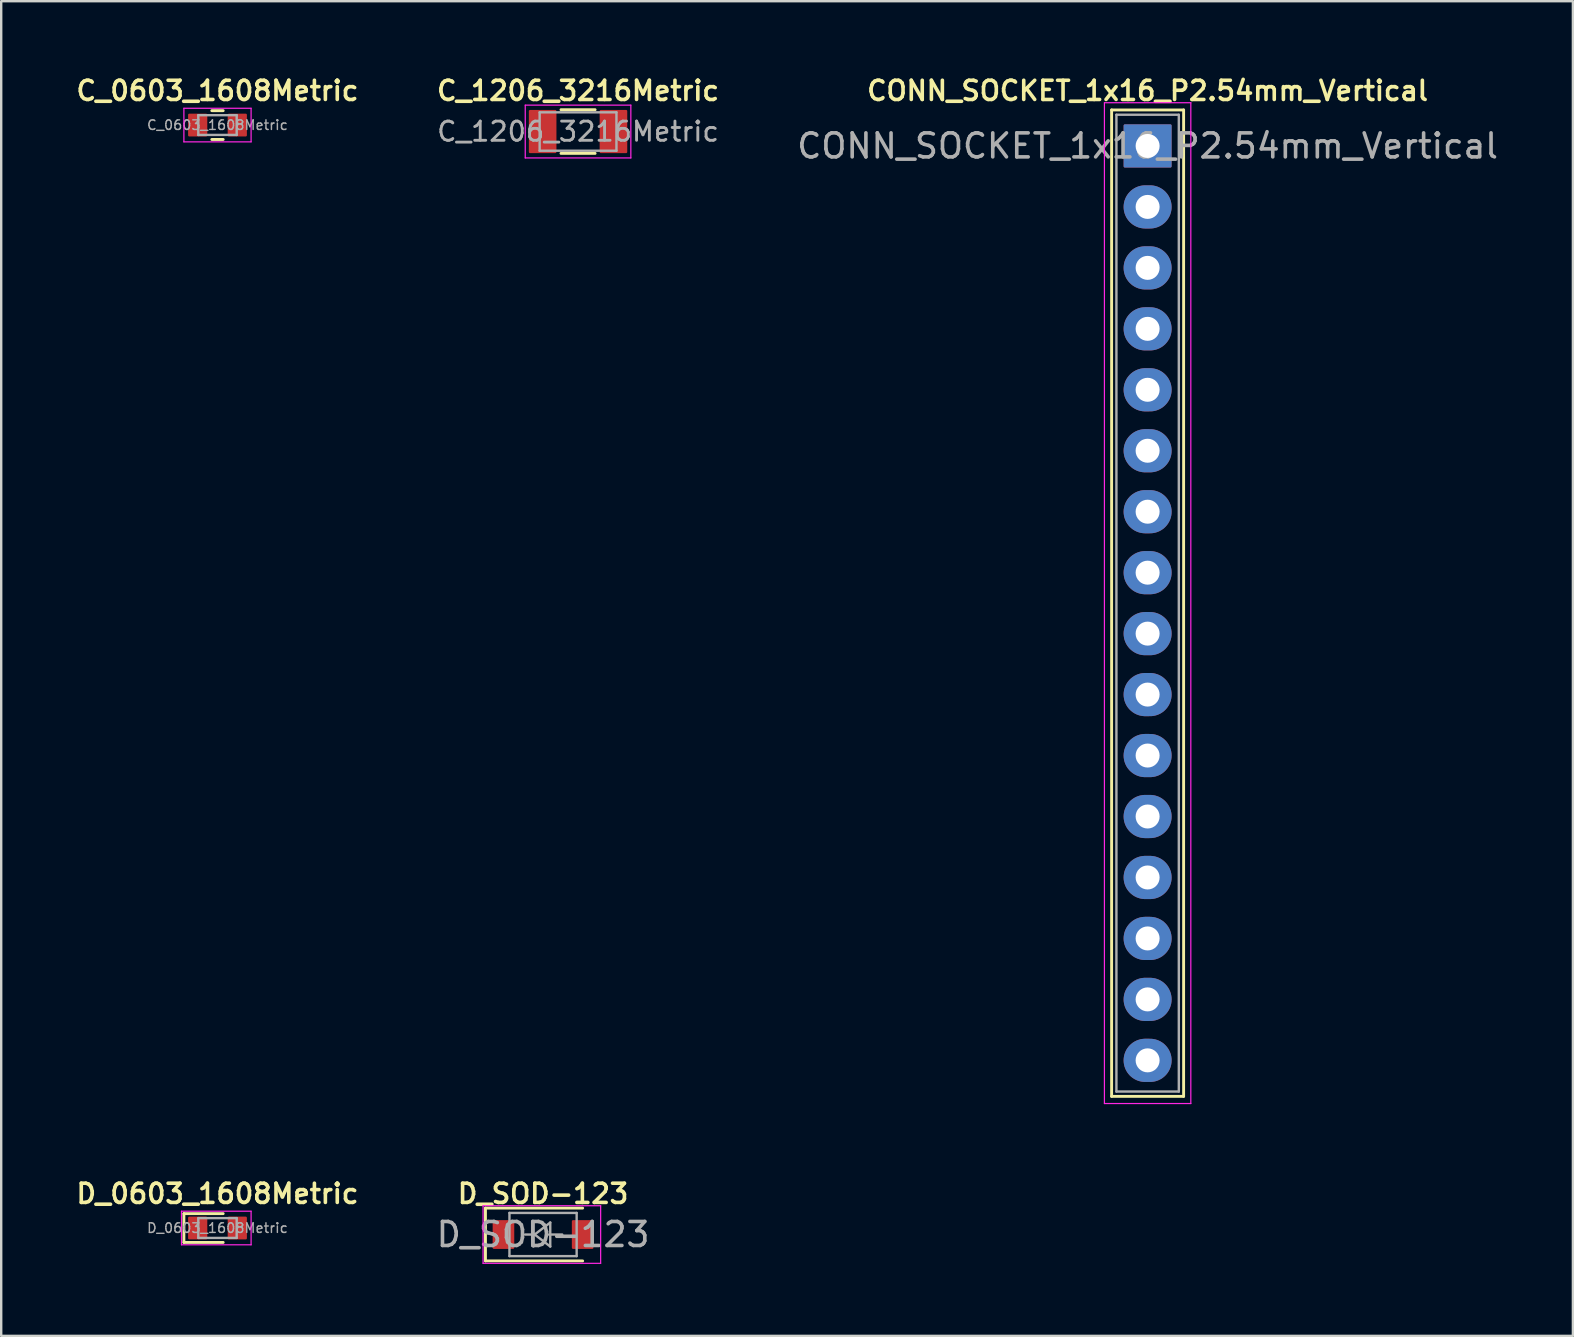
<source format=kicad_pcb>
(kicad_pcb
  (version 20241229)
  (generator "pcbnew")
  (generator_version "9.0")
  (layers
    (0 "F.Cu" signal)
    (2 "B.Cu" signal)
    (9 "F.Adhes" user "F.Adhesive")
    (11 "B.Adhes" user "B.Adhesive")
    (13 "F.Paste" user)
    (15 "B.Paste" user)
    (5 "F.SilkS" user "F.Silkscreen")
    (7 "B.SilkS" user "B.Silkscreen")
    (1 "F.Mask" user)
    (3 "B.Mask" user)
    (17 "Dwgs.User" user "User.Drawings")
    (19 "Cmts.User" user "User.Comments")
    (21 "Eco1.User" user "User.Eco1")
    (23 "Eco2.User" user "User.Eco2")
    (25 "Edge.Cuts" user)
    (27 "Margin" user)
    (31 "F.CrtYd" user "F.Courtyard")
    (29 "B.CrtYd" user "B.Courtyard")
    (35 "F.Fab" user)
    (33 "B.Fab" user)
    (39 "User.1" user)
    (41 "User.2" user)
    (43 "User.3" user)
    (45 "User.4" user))
  (footprint "C_1206_3216Metric"
    (layer "F.Cu")
    (at 21.035 2.431)
    (property "Reference" "C_1206_3216Metric" (at 0 -1.7 0) (layer "F.SilkS") (effects (font (size 0.8 0.8) (thickness 0.15))))
    (attr smd)
    (fp_line (start -0.711 -0.91) (end 0.711 -0.91) (stroke (width 0.12) (type solid)) (layer "F.SilkS"))
    (fp_line (start -0.711 0.91) (end 0.711 0.91) (stroke (width 0.12) (type solid)) (layer "F.SilkS"))
    (fp_line (start -2.2 -1.1) (end 2.2 -1.1) (stroke (width 0.05) (type solid)) (layer "F.CrtYd"))
    (fp_line (start -2.2 1.1) (end -2.2 -1.1) (stroke (width 0.05) (type solid)) (layer "F.CrtYd"))
    (fp_line (start 2.2 -1.1) (end 2.2 1.1) (stroke (width 0.05) (type solid)) (layer "F.CrtYd"))
    (fp_line (start 2.2 1.1) (end -2.2 1.1) (stroke (width 0.05) (type solid)) (layer "F.CrtYd"))
    (fp_line (start -1.6 -0.8) (end 1.6 -0.8) (stroke (width 0.1) (type solid)) (layer "F.Fab"))
    (fp_line (start -1.6 0.8) (end -1.6 -0.8) (stroke (width 0.1) (type solid)) (layer "F.Fab"))
    (fp_line (start 1.6 -0.8) (end 1.6 0.8) (stroke (width 0.1) (type solid)) (layer "F.Fab"))
    (fp_line (start 1.6 0.8) (end -1.6 0.8) (stroke (width 0.1) (type solid)) (layer "F.Fab"))
    (fp_text user "${REFERENCE}" (at 0 0 0) (layer "F.Fab") (effects (font (size 0.8 0.8) (thickness 0.12))))
    (pad "1" smd roundrect (at -1.475 0) (size 1.15 1.8) (layers "F.Cu" "F.Mask" "F.Paste") (roundrect_rratio 0.043))
    (pad "2" smd roundrect (at 1.475 0) (size 1.15 1.8) (layers "F.Cu" "F.Mask" "F.Paste") (roundrect_rratio 0.043)))
  (footprint "C_0603_1608Metric"
    (layer "F.Cu")
    (at 6.012 2.161)
    (property "Reference" "C_0603_1608Metric" (at 0 -1.43 0) (layer "F.SilkS") (effects (font (size 0.8 0.8) (thickness 0.15))))
    (attr smd)
    (fp_line (start -0.237 -0.6) (end 0.237 -0.6) (stroke (width 0.12) (type solid)) (layer "F.SilkS"))
    (fp_line (start -0.237 0.6) (end 0.237 0.6) (stroke (width 0.12) (type solid)) (layer "F.SilkS"))
    (fp_line (start -1.4 -0.7) (end 1.4 -0.7) (stroke (width 0.05) (type solid)) (layer "F.CrtYd"))
    (fp_line (start -1.4 0.7) (end -1.4 -0.7) (stroke (width 0.05) (type solid)) (layer "F.CrtYd"))
    (fp_line (start 1.4 -0.7) (end 1.4 0.7) (stroke (width 0.05) (type solid)) (layer "F.CrtYd"))
    (fp_line (start 1.4 0.7) (end -1.4 0.7) (stroke (width 0.05) (type solid)) (layer "F.CrtYd"))
    (fp_line (start -0.8 -0.412) (end 0.8 -0.412) (stroke (width 0.1) (type solid)) (layer "F.Fab"))
    (fp_line (start -0.8 0.412) (end -0.8 -0.412) (stroke (width 0.1) (type solid)) (layer "F.Fab"))
    (fp_line (start 0.8 -0.412) (end 0.8 0.412) (stroke (width 0.1) (type solid)) (layer "F.Fab"))
    (fp_line (start 0.8 0.412) (end -0.8 0.412) (stroke (width 0.1) (type solid)) (layer "F.Fab"))
    (fp_text user "${REFERENCE}" (at 0 0 0) (layer "F.Fab") (effects (font (size 0.4 0.4) (thickness 0.06))))
    (pad "1" smd roundrect (at -0.825 0) (size 0.8 0.95) (layers "F.Cu" "F.Mask" "F.Paste") (roundrect_rratio 0.062))
    (pad "2" smd roundrect (at 0.825 0) (size 0.8 0.95) (layers "F.Cu" "F.Mask" "F.Paste") (roundrect_rratio 0.062)))
  (footprint "CONN_SOCKET_1x16_P2.54mm_Vertical"
    (layer "F.Cu")
    (at 44.767 3.031)
    (property "Reference" "CONN_SOCKET_1x16_P2.54mm_Vertical" (at 0 -2.3 0) (layer "F.SilkS") (effects (font (size 0.8 0.8) (thickness 0.15))))
    (attr through_hole)
    (fp_line (start -1.5 -1.5) (end -1.5 39.6) (stroke (width 0.12) (type solid)) (layer "F.SilkS"))
    (fp_line (start -1.5 -1.5) (end 1.5 -1.5) (stroke (width 0.12) (type solid)) (layer "F.SilkS"))
    (fp_line (start -1.5 39.6) (end 1.5 39.6) (stroke (width 0.12) (type solid)) (layer "F.SilkS"))
    (fp_line (start 1.5 -1.5) (end 1.5 39.6) (stroke (width 0.12) (type solid)) (layer "F.SilkS"))
    (fp_line (start -1.8 -1.8) (end 1.8 -1.8) (stroke (width 0.05) (type solid)) (layer "F.CrtYd"))
    (fp_line (start -1.8 39.9) (end -1.8 -1.8) (stroke (width 0.05) (type solid)) (layer "F.CrtYd"))
    (fp_line (start 1.8 -1.8) (end 1.8 39.9) (stroke (width 0.05) (type solid)) (layer "F.CrtYd"))
    (fp_line (start 1.8 39.9) (end -1.8 39.9) (stroke (width 0.05) (type solid)) (layer "F.CrtYd"))
    (fp_line (start -1.3 -1.3) (end 1.3 -1.3) (stroke (width 0.1) (type solid)) (layer "F.Fab"))
    (fp_line (start -1.3 39.4) (end -1.3 -1.3) (stroke (width 0.1) (type solid)) (layer "F.Fab"))
    (fp_line (start 1.3 -1.3) (end 1.3 39.4) (stroke (width 0.1) (type solid)) (layer "F.Fab"))
    (fp_line (start 1.3 39.4) (end -1.3 39.4) (stroke (width 0.1) (type solid)) (layer "F.Fab"))
    (fp_text user "${REFERENCE}" (at 0 0 180) (layer "F.Fab") (effects (font (size 1 1) (thickness 0.15))))
    (pad "1" thru_hole roundrect (at 0 0) (size 2 1.8) (drill 1) (layers "*.Cu" "*.Mask") (roundrect_rratio 0.029))
    (pad "2" thru_hole oval (at 0 2.54) (size 2 1.8) (drill 1) (layers "*.Cu" "*.Mask"))
    (pad "3" thru_hole oval (at 0 5.08) (size 2 1.8) (drill 1) (layers "*.Cu" "*.Mask"))
    (pad "4" thru_hole oval (at 0 7.62) (size 2 1.8) (drill 1) (layers "*.Cu" "*.Mask"))
    (pad "5" thru_hole oval (at 0 10.16) (size 2 1.8) (drill 1) (layers "*.Cu" "*.Mask"))
    (pad "6" thru_hole oval (at 0 12.7) (size 2 1.8) (drill 1) (layers "*.Cu" "*.Mask"))
    (pad "7" thru_hole oval (at 0 15.24) (size 2 1.8) (drill 1) (layers "*.Cu" "*.Mask"))
    (pad "8" thru_hole oval (at 0 17.78) (size 2 1.8) (drill 1) (layers "*.Cu" "*.Mask"))
    (pad "9" thru_hole oval (at 0 20.32) (size 2 1.8) (drill 1) (layers "*.Cu" "*.Mask"))
    (pad "10" thru_hole oval (at 0 22.86) (size 2 1.8) (drill 1) (layers "*.Cu" "*.Mask"))
    (pad "11" thru_hole oval (at 0 25.4) (size 2 1.8) (drill 1) (layers "*.Cu" "*.Mask"))
    (pad "12" thru_hole oval (at 0 27.94) (size 2 1.8) (drill 1) (layers "*.Cu" "*.Mask"))
    (pad "13" thru_hole oval (at 0 30.48) (size 2 1.8) (drill 1) (layers "*.Cu" "*.Mask"))
    (pad "14" thru_hole oval (at 0 33.02) (size 2 1.8) (drill 1) (layers "*.Cu" "*.Mask"))
    (pad "15" thru_hole oval (at 0 35.56) (size 2 1.8) (drill 1) (layers "*.Cu" "*.Mask"))
    (pad "16" thru_hole oval (at 0 38.1) (size 2 1.8) (drill 1) (layers "*.Cu" "*.Mask")))
  (footprint "D_SOD-123"
    (layer "F.Cu")
    (at 19.577 48.388)
    (property "Reference" "D_SOD-123" (at 0 -1.7 0) (layer "F.SilkS") (effects (font (size 0.8 0.8) (thickness 0.15))))
    (attr smd)
    (fp_line (start -2.4 -1.1) (end -2.4 1.1) (stroke (width 0.12) (type solid)) (layer "F.SilkS"))
    (fp_line (start -2.4 -1.1) (end 1.65 -1.1) (stroke (width 0.12) (type solid)) (layer "F.SilkS"))
    (fp_line (start -2.4 1.1) (end 1.65 1.1) (stroke (width 0.12) (type solid)) (layer "F.SilkS"))
    (fp_line (start -2.5 -1.2) (end -2.5 1.2) (stroke (width 0.05) (type solid)) (layer "F.CrtYd"))
    (fp_line (start -2.5 -1.2) (end 2.4 -1.2) (stroke (width 0.05) (type solid)) (layer "F.CrtYd"))
    (fp_line (start 2.4 -1.2) (end 2.4 1.2) (stroke (width 0.05) (type solid)) (layer "F.CrtYd"))
    (fp_line (start 2.4 1.2) (end -2.5 1.2) (stroke (width 0.05) (type solid)) (layer "F.CrtYd"))
    (fp_line (start -1.4 -0.9) (end 1.4 -0.9) (stroke (width 0.1) (type solid)) (layer "F.Fab"))
    (fp_line (start -1.4 0.9) (end -1.4 -0.9) (stroke (width 0.1) (type solid)) (layer "F.Fab"))
    (fp_line (start -0.75 0) (end -0.35 0) (stroke (width 0.1) (type solid)) (layer "F.Fab"))
    (fp_line (start -0.4 0.5) (end -0.4 -0.55) (stroke (width 0.1) (type solid)) (layer "F.Fab"))
    (fp_line (start -0.35 0) (end 0.3 -0.5) (stroke (width 0.1) (type solid)) (layer "F.Fab"))
    (fp_line (start 0.25 0) (end 0.8 0) (stroke (width 0.1) (type solid)) (layer "F.Fab"))
    (fp_line (start 0.3 -0.5) (end 0.3 0.5) (stroke (width 0.1) (type solid)) (layer "F.Fab"))
    (fp_line (start 0.3 0.5) (end -0.35 0) (stroke (width 0.1) (type solid)) (layer "F.Fab"))
    (fp_line (start 1.4 -0.9) (end 1.4 0.9) (stroke (width 0.1) (type solid)) (layer "F.Fab"))
    (fp_line (start 1.4 0.9) (end -1.4 0.9) (stroke (width 0.1) (type solid)) (layer "F.Fab"))
    (fp_text user "${REFERENCE}" (at 0 0 0) (layer "F.Fab") (effects (font (size 1 1) (thickness 0.15))))
    (pad "1" smd roundrect (at 1.65 0) (size 0.9 1.2) (layers "F.Cu" "F.Mask" "F.Paste") (roundrect_rratio 0.056))
    (pad "2" smd roundrect (at -1.65 0) (size 0.9 1.2) (layers "F.Cu" "F.Mask" "F.Paste") (roundrect_rratio 0.056)))
  (footprint "D_0603_1608Metric"
    (layer "F.Cu")
    (at 6.012 48.117)
    (property "Reference" "D_0603_1608Metric" (at 0 -1.43 0) (layer "F.SilkS") (effects (font (size 0.8 0.8) (thickness 0.15))))
    (attr smd)
    (fp_line (start -1.4 -0.6) (end 0.237 -0.6) (stroke (width 0.12) (type solid)) (layer "F.SilkS"))
    (fp_line (start -1.4 0.6) (end -1.4 -0.6) (stroke (width 0.12) (type solid)) (layer "F.SilkS"))
    (fp_line (start -1.4 0.6) (end 0.237 0.6) (stroke (width 0.12) (type solid)) (layer "F.SilkS"))
    (fp_line (start -1.5 -0.7) (end 1.4 -0.7) (stroke (width 0.05) (type solid)) (layer "F.CrtYd"))
    (fp_line (start -1.5 0.7) (end -1.5 -0.7) (stroke (width 0.05) (type solid)) (layer "F.CrtYd"))
    (fp_line (start 1.4 -0.7) (end 1.4 0.7) (stroke (width 0.05) (type solid)) (layer "F.CrtYd"))
    (fp_line (start 1.4 0.7) (end -1.5 0.7) (stroke (width 0.05) (type solid)) (layer "F.CrtYd"))
    (fp_line (start -0.8 -0.412) (end 0.8 -0.412) (stroke (width 0.1) (type solid)) (layer "F.Fab"))
    (fp_line (start -0.8 0.412) (end -0.8 -0.412) (stroke (width 0.1) (type solid)) (layer "F.Fab"))
    (fp_line (start 0.8 -0.412) (end 0.8 0.412) (stroke (width 0.1) (type solid)) (layer "F.Fab"))
    (fp_line (start 0.8 0.412) (end -0.8 0.412) (stroke (width 0.1) (type solid)) (layer "F.Fab"))
    (fp_text user "${REFERENCE}" (at 0 0 0) (layer "F.Fab") (effects (font (size 0.4 0.4) (thickness 0.06))))
    (pad "1" smd roundrect (at -0.825 0) (size 0.8 0.95) (layers "F.Cu" "F.Mask" "F.Paste") (roundrect_rratio 0.062))
    (pad "2" smd roundrect (at 0.825 0) (size 0.8 0.95) (layers "F.Cu" "F.Mask" "F.Paste") (roundrect_rratio 0.062)))
  (gr_rect
    (start -3 -3)
    (end 62.487 52.612)
    (stroke (width 0.1) (type default))
    (fill no)
    (layer "Edge.Cuts")))
</source>
